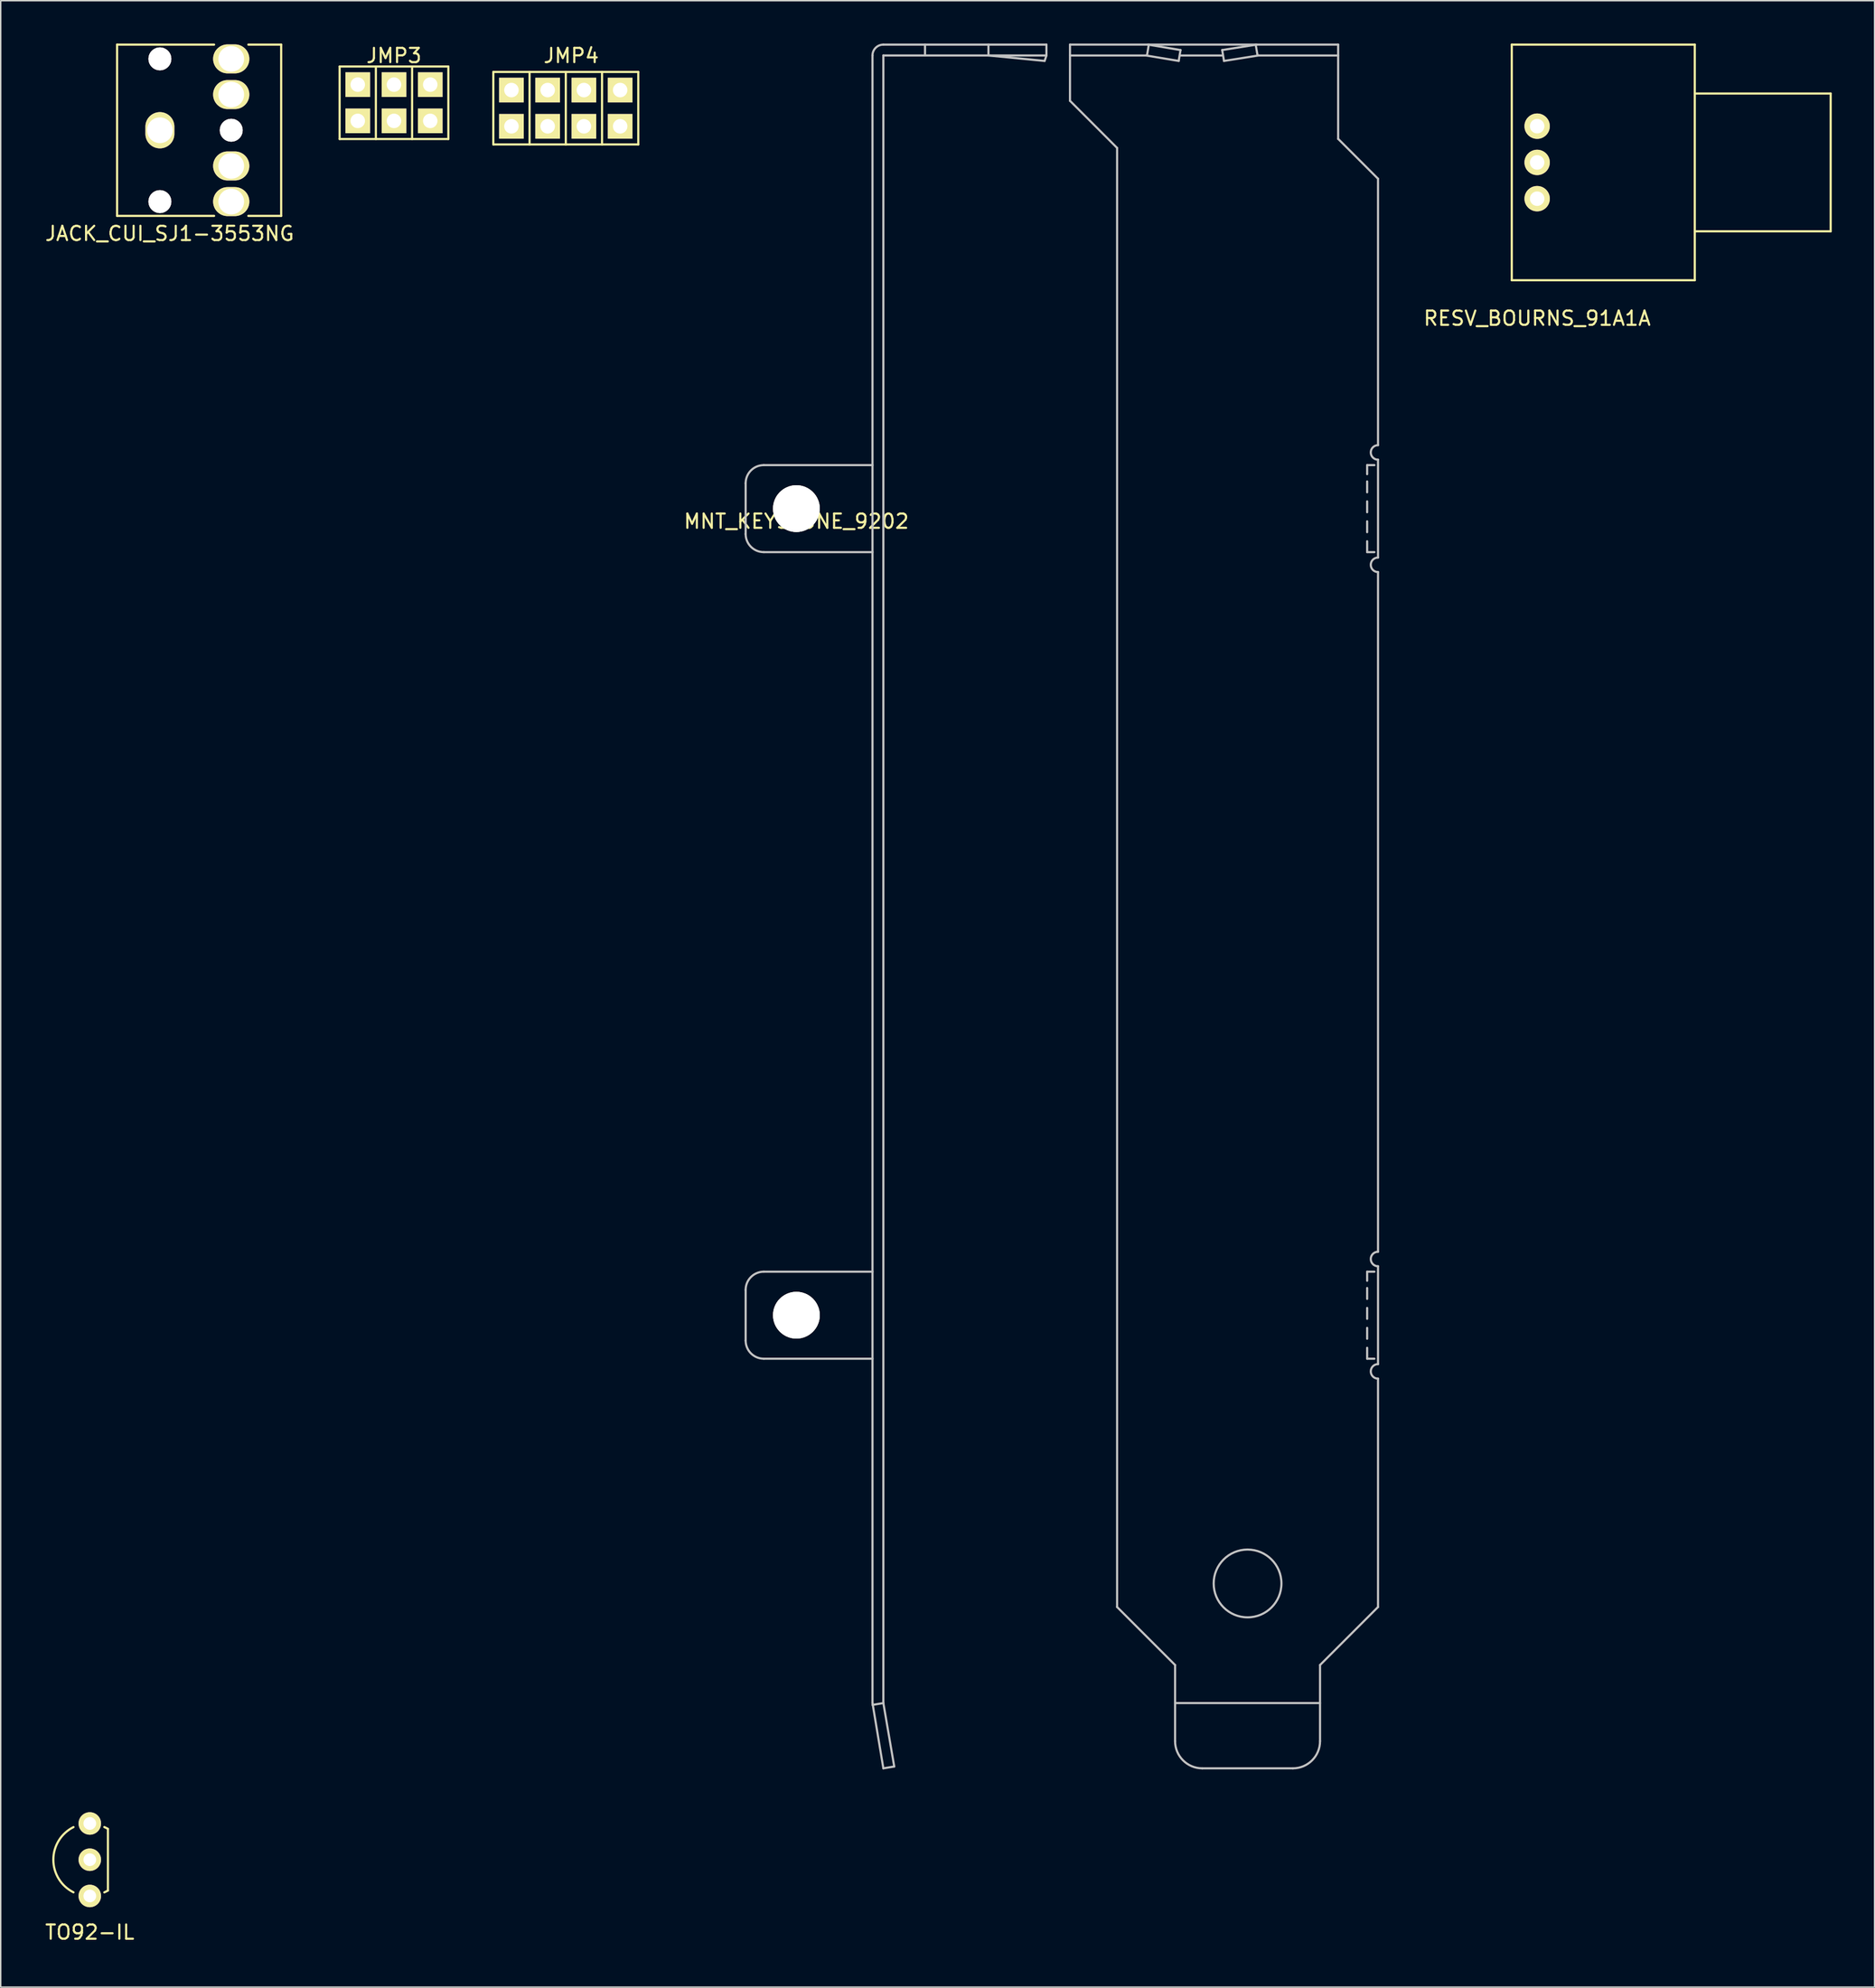
<source format=kicad_pcb>
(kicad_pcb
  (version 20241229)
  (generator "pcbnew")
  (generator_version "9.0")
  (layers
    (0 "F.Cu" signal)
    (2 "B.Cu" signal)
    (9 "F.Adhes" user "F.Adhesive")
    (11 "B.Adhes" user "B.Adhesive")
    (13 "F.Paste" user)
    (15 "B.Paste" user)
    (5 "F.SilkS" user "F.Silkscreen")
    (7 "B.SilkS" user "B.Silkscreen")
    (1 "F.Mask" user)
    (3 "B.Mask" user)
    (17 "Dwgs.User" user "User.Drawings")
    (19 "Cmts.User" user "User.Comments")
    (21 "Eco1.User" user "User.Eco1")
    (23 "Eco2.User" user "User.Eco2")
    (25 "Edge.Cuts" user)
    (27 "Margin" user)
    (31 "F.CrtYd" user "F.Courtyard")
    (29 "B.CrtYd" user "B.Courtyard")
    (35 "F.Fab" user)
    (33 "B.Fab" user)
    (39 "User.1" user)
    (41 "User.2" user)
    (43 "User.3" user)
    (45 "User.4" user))
  (footprint "TO92-IL"
    (layer "F.Cu")
    (at 3.244 129.796)
    (property "Reference" "TO92-IL" (at 0 2.54 0) (layer "F.SilkS") (effects (font (size 1 1) (thickness 0.15))))
    (attr through_hole)
    (fp_line (start 1.27 -4.699) (end 1.27 -0.381) (stroke (width 0.152) (type solid)) (layer "F.SilkS"))
    (fp_arc (start -1.143 -0.254) (mid -2.555826 -2.54) (end -1.143 -4.826) (stroke (width 0.1524) (type solid)) (layer "F.SilkS"))
    (fp_arc (start 1.017308 -4.828944) (mid 1.145498 -4.767558) (end 1.27 -4.699) (stroke (width 0.1524) (type solid)) (layer "F.SilkS"))
    (fp_arc (start 1.27 -0.381) (mid 1.145498 -0.312442) (end 1.017308 -0.251056) (stroke (width 0.1524) (type solid)) (layer "F.SilkS"))
    (pad "1" thru_hole circle (at 0 0) (size 1.575 1.575) (drill 0.889) (layers "*.Cu" "*.Mask" "F.SilkS"))
    (pad "2" thru_hole circle (at 0 -2.54) (size 1.575 1.575) (drill 0.889) (layers "*.Cu" "*.Mask" "F.SilkS"))
    (pad "3" thru_hole circle (at 0 -5.08) (size 1.575 1.575) (drill 0.889) (layers "*.Cu" "*.Mask" "F.SilkS")))
  (footprint "JACK_CUI_SJ1-3553NG"
    (layer "F.Cu")
    (at 13.157 6.076)
    (property "Reference" "JACK_CUI_SJ1-3553NG" (at -4.318 7.239 0) (layer "F.SilkS") (effects (font (size 1 1) (thickness 0.15))))
    (attr through_hole)
    (fp_line (start -8 -6) (end -8 6) (stroke (width 0.152) (type solid)) (layer "F.SilkS"))
    (fp_line (start -8 -6) (end -1.2 -6) (stroke (width 0.152) (type solid)) (layer "F.SilkS"))
    (fp_line (start -8 6) (end -1.2 6) (stroke (width 0.152) (type solid)) (layer "F.SilkS"))
    (fp_line (start 3.5 -6) (end 1.2 -6) (stroke (width 0.152) (type solid)) (layer "F.SilkS"))
    (fp_line (start 3.5 -6) (end 3.5 6) (stroke (width 0.152) (type solid)) (layer "F.SilkS"))
    (fp_line (start 3.5 6) (end 1.2 6) (stroke (width 0.152) (type solid)) (layer "F.SilkS"))
    (pad "0" thru_hole circle (at -5 -5) (size 1.6 1.6) (drill 1.6) (layers "*.Cu" "*.Mask" "F.SilkS"))
    (pad "0" thru_hole circle (at -5 5) (size 1.6 1.6) (drill 1.6) (layers "*.Cu" "*.Mask" "F.SilkS"))
    (pad "0" thru_hole circle (at 0 0) (size 1.6 1.6) (drill 1.6) (layers "*.Cu" "*.Mask" "F.SilkS"))
    (pad "1" thru_hole oval (at -5 0) (size 2.032 2.54) (drill 1.8) (layers "*.Cu" "*.Mask" "F.SilkS"))
    (pad "2" thru_hole oval (at 0 5) (size 2.54 2.032) (drill 1.8) (layers "*.Cu" "*.Mask" "F.SilkS"))
    (pad "3" thru_hole oval (at 0 -5) (size 2.54 2.032) (drill 1.8) (layers "*.Cu" "*.Mask" "F.SilkS"))
    (pad "4" thru_hole oval (at 0 2.5) (size 2.54 2.032) (drill 1.8) (layers "*.Cu" "*.Mask" "F.SilkS"))
    (pad "5" thru_hole oval (at 0 -2.5) (size 2.54 2.032) (drill 1.8) (layers "*.Cu" "*.Mask" "F.SilkS")))
  (footprint "RESV_BOURNS_91A1A"
    (layer "F.Cu")
    (at 104.689 8.331)
    (property "Reference" "RESV_BOURNS_91A1A" (at 0 10.922 0) (layer "F.SilkS") (effects (font (size 1 1) (thickness 0.15))))
    (attr through_hole)
    (fp_line (start -1.778 -8.255) (end -1.778 8.255) (stroke (width 0.152) (type solid)) (layer "F.SilkS"))
    (fp_line (start 11.049 -8.255) (end -1.778 -8.255) (stroke (width 0.152) (type solid)) (layer "F.SilkS"))
    (fp_line (start 11.049 -8.255) (end 11.049 8.255) (stroke (width 0.152) (type solid)) (layer "F.SilkS"))
    (fp_line (start 11.049 -4.826) (end 20.574 -4.826) (stroke (width 0.152) (type solid)) (layer "F.SilkS"))
    (fp_line (start 11.049 4.826) (end 20.574 4.826) (stroke (width 0.152) (type solid)) (layer "F.SilkS"))
    (fp_line (start 11.049 8.255) (end -1.778 8.255) (stroke (width 0.152) (type solid)) (layer "F.SilkS"))
    (fp_line (start 20.574 -4.826) (end 20.574 4.826) (stroke (width 0.152) (type solid)) (layer "F.SilkS"))
    (pad "1" thru_hole circle (at 0 2.54) (size 1.778 1.778) (drill 1.016) (layers "*.Cu" "*.Mask" "F.SilkS"))
    (pad "2" thru_hole circle (at 0 0) (size 1.778 1.778) (drill 1.016) (layers "*.Cu" "*.Mask" "F.SilkS"))
    (pad "3" thru_hole circle (at 0 -2.54) (size 1.778 1.778) (drill 1.016) (layers "*.Cu" "*.Mask" "F.SilkS")))
  (footprint "MNT_KEYSTONE_9202"
    (layer "F.Cu")
    (at 52.769 32.588)
    (property "Reference" "MNT_KEYSTONE_9202" (at 0 0.889 0) (layer "F.SilkS") (effects (font (size 1 1) (thickness 0.15))))
    (attr through_hole)
    (fp_line (start -3.556 -1.778) (end -3.556 1.778) (stroke (width 0.15) (type solid)) (layer "Dwgs.User"))
    (fp_line (start -3.556 54.737) (end -3.556 58.293) (stroke (width 0.15) (type solid)) (layer "Dwgs.User"))
    (fp_line (start -2.286 -3.048) (end 5.334 -3.048) (stroke (width 0.15) (type solid)) (layer "Dwgs.User"))
    (fp_line (start -2.286 3.048) (end 5.334 3.048) (stroke (width 0.15) (type solid)) (layer "Dwgs.User"))
    (fp_line (start -2.286 53.467) (end 5.334 53.467) (stroke (width 0.15) (type solid)) (layer "Dwgs.User"))
    (fp_line (start -2.286 59.563) (end 5.334 59.563) (stroke (width 0.15) (type solid)) (layer "Dwgs.User"))
    (fp_line (start 5.334 -31.75) (end 5.334 83.693) (stroke (width 0.152) (type solid)) (layer "Dwgs.User"))
    (fp_line (start 5.334 83.693) (end 6.096 88.265) (stroke (width 0.15) (type solid)) (layer "Dwgs.User"))
    (fp_line (start 6.096 -32.512) (end 17.526 -32.512) (stroke (width 0.152) (type solid)) (layer "Dwgs.User"))
    (fp_line (start 6.096 -31.75) (end 6.096 83.693) (stroke (width 0.152) (type solid)) (layer "Dwgs.User"))
    (fp_line (start 6.096 -31.75) (end 17.526 -31.75) (stroke (width 0.152) (type solid)) (layer "Dwgs.User"))
    (fp_line (start 6.096 83.693) (end 5.334 83.82) (stroke (width 0.15) (type solid)) (layer "Dwgs.User"))
    (fp_line (start 6.096 88.265) (end 6.858 88.138) (stroke (width 0.15) (type solid)) (layer "Dwgs.User"))
    (fp_line (start 6.858 88.138) (end 6.096 83.693) (stroke (width 0.15) (type solid)) (layer "Dwgs.User"))
    (fp_line (start 9.017 -32.512) (end 9.017 -31.75) (stroke (width 0.15) (type solid)) (layer "Dwgs.User"))
    (fp_line (start 13.462 -31.75) (end 13.462 -32.512) (stroke (width 0.15) (type solid)) (layer "Dwgs.User"))
    (fp_line (start 17.399 -31.369) (end 13.462 -31.75) (stroke (width 0.15) (type solid)) (layer "Dwgs.User"))
    (fp_line (start 17.526 -31.75) (end 17.399 -31.369) (stroke (width 0.15) (type solid)) (layer "Dwgs.User"))
    (fp_line (start 17.526 -31.75) (end 17.526 -32.512) (stroke (width 0.15) (type solid)) (layer "Dwgs.User"))
    (fp_line (start 19.177 -32.512) (end 19.177 -28.575) (stroke (width 0.15) (type solid)) (layer "Dwgs.User"))
    (fp_line (start 19.177 -32.512) (end 37.973 -32.512) (stroke (width 0.15) (type solid)) (layer "Dwgs.User"))
    (fp_line (start 19.177 -28.575) (end 22.479 -25.273) (stroke (width 0.15) (type solid)) (layer "Dwgs.User"))
    (fp_line (start 22.479 -25.273) (end 22.479 76.962) (stroke (width 0.15) (type solid)) (layer "Dwgs.User"))
    (fp_line (start 22.479 76.962) (end 26.543 81.026) (stroke (width 0.15) (type solid)) (layer "Dwgs.User"))
    (fp_line (start 24.511 -31.75) (end 19.177 -31.75) (stroke (width 0.15) (type solid)) (layer "Dwgs.User"))
    (fp_line (start 24.511 -31.75) (end 26.797 -31.369) (stroke (width 0.15) (type solid)) (layer "Dwgs.User"))
    (fp_line (start 24.575 -31.75) (end 24.701 -32.512) (stroke (width 0.15) (type solid)) (layer "Dwgs.User"))
    (fp_line (start 24.638 -32.512) (end 26.924 -32.131) (stroke (width 0.15) (type solid)) (layer "Dwgs.User"))
    (fp_line (start 26.543 83.693) (end 36.703 83.693) (stroke (width 0.15) (type solid)) (layer "Dwgs.User"))
    (fp_line (start 26.543 86.36) (end 26.543 81.026) (stroke (width 0.15) (type solid)) (layer "Dwgs.User"))
    (fp_line (start 26.797 -31.369) (end 26.924 -32.131) (stroke (width 0.15) (type solid)) (layer "Dwgs.User"))
    (fp_line (start 26.924 -31.75) (end 29.845 -31.75) (stroke (width 0.15) (type solid)) (layer "Dwgs.User"))
    (fp_line (start 28.448 88.265) (end 34.798 88.265) (stroke (width 0.15) (type solid)) (layer "Dwgs.User"))
    (fp_line (start 29.845 -32.131) (end 32.258 -32.512) (stroke (width 0.15) (type solid)) (layer "Dwgs.User"))
    (fp_line (start 29.972 -31.369) (end 29.845 -32.131) (stroke (width 0.15) (type solid)) (layer "Dwgs.User"))
    (fp_line (start 32.322 -31.75) (end 32.194 -32.512) (stroke (width 0.15) (type solid)) (layer "Dwgs.User"))
    (fp_line (start 32.385 -31.75) (end 29.972 -31.369) (stroke (width 0.15) (type solid)) (layer "Dwgs.User"))
    (fp_line (start 36.703 81.026) (end 40.767 76.962) (stroke (width 0.15) (type solid)) (layer "Dwgs.User"))
    (fp_line (start 36.703 86.36) (end 36.703 81.026) (stroke (width 0.15) (type solid)) (layer "Dwgs.User"))
    (fp_line (start 37.973 -32.512) (end 37.973 -25.908) (stroke (width 0.15) (type solid)) (layer "Dwgs.User"))
    (fp_line (start 37.973 -31.75) (end 32.385 -31.75) (stroke (width 0.15) (type solid)) (layer "Dwgs.User"))
    (fp_line (start 40.005 -3.048) (end 40.513 -3.048) (stroke (width 0.15) (type solid)) (layer "Dwgs.User"))
    (fp_line (start 40.005 -2.413) (end 40.005 -3.048) (stroke (width 0.15) (type solid)) (layer "Dwgs.User"))
    (fp_line (start 40.005 -1.143) (end 40.005 -1.905) (stroke (width 0.15) (type solid)) (layer "Dwgs.User"))
    (fp_line (start 40.005 0.254) (end 40.005 -0.508) (stroke (width 0.15) (type solid)) (layer "Dwgs.User"))
    (fp_line (start 40.005 1.651) (end 40.005 0.889) (stroke (width 0.15) (type solid)) (layer "Dwgs.User"))
    (fp_line (start 40.005 3.048) (end 40.005 2.286) (stroke (width 0.15) (type solid)) (layer "Dwgs.User"))
    (fp_line (start 40.005 53.467) (end 40.513 53.467) (stroke (width 0.15) (type solid)) (layer "Dwgs.User"))
    (fp_line (start 40.005 54.102) (end 40.005 53.467) (stroke (width 0.15) (type solid)) (layer "Dwgs.User"))
    (fp_line (start 40.005 55.372) (end 40.005 54.61) (stroke (width 0.15) (type solid)) (layer "Dwgs.User"))
    (fp_line (start 40.005 56.769) (end 40.005 56.007) (stroke (width 0.15) (type solid)) (layer "Dwgs.User"))
    (fp_line (start 40.005 58.166) (end 40.005 57.404) (stroke (width 0.15) (type solid)) (layer "Dwgs.User"))
    (fp_line (start 40.005 59.563) (end 40.005 58.801) (stroke (width 0.15) (type solid)) (layer "Dwgs.User"))
    (fp_line (start 40.513 3.048) (end 40.005 3.048) (stroke (width 0.15) (type solid)) (layer "Dwgs.User"))
    (fp_line (start 40.513 59.563) (end 40.005 59.563) (stroke (width 0.15) (type solid)) (layer "Dwgs.User"))
    (fp_line (start 40.767 -23.114) (end 37.973 -25.908) (stroke (width 0.15) (type solid)) (layer "Dwgs.User"))
    (fp_line (start 40.767 -23.114) (end 40.767 -4.445) (stroke (width 0.15) (type solid)) (layer "Dwgs.User"))
    (fp_line (start 40.767 3.429) (end 40.767 -3.429) (stroke (width 0.15) (type solid)) (layer "Dwgs.User"))
    (fp_line (start 40.767 4.445) (end 40.767 52.07) (stroke (width 0.15) (type solid)) (layer "Dwgs.User"))
    (fp_line (start 40.767 59.944) (end 40.767 53.086) (stroke (width 0.15) (type solid)) (layer "Dwgs.User"))
    (fp_line (start 40.767 60.96) (end 40.767 76.962) (stroke (width 0.15) (type solid)) (layer "Dwgs.User"))
    (fp_arc (start -3.556 -1.778) (mid -3.184809 -2.675241) (end -2.288217 -3.047998) (stroke (width 0.15) (type solid)) (layer "Dwgs.User"))
    (fp_arc (start -3.556 54.737) (mid -3.184809 53.839759) (end -2.288217 53.467002) (stroke (width 0.15) (type solid)) (layer "Dwgs.User"))
    (fp_arc (start -2.286 3.048) (mid -3.183241 2.676809) (end -3.555998 1.780217) (stroke (width 0.15) (type solid)) (layer "Dwgs.User"))
    (fp_arc (start -2.286 59.563) (mid -3.183241 59.191809) (end -3.555998 58.295217) (stroke (width 0.15) (type solid)) (layer "Dwgs.User"))
    (fp_arc (start 5.334 -31.75) (mid 5.556715 -32.288345) (end 6.09467 -32.511999) (stroke (width 0.15) (type solid)) (layer "Dwgs.User"))
    (fp_arc (start 28.448 88.265) (mid 27.100962 87.707038) (end 26.543 86.36) (stroke (width 0.15) (type solid)) (layer "Dwgs.User"))
    (fp_arc (start 36.703 86.36) (mid 36.145038 87.707038) (end 34.798 88.265) (stroke (width 0.15) (type solid)) (layer "Dwgs.User"))
    (fp_arc (start 40.767 -3.429) (mid 40.259 -3.937) (end 40.767 -4.445) (stroke (width 0.15) (type solid)) (layer "Dwgs.User"))
    (fp_arc (start 40.767 4.445) (mid 40.259 3.937) (end 40.767 3.429) (stroke (width 0.15) (type solid)) (layer "Dwgs.User"))
    (fp_arc (start 40.767 53.086) (mid 40.259 52.578) (end 40.767 52.07) (stroke (width 0.15) (type solid)) (layer "Dwgs.User"))
    (fp_arc (start 40.767 60.96) (mid 40.259 60.452) (end 40.767 59.944) (stroke (width 0.15) (type solid)) (layer "Dwgs.User"))
    (fp_circle (center 31.623 75.311) (end 33.998 75.311) (stroke (width 0.15) (type solid)) (fill no) (layer "Dwgs.User"))
    (pad "1" thru_hole circle (at 0 0) (size 3.277 3.277) (drill 3.277) (layers "*.Cu" "*.Mask" "F.SilkS"))
    (pad "1" thru_hole circle (at 0 56.515) (size 3.277 3.277) (drill 3.277) (layers "*.Cu" "*.Mask" "F.SilkS")))
  (footprint "JMP4"
    (layer "F.Cu")
    (at 36.607 4.531)
    (property "Reference" "JMP4" (at 0.381 -3.683 0) (layer "F.SilkS") (effects (font (size 1 1) (thickness 0.15))))
    (attr through_hole)
    (fp_line (start -5.08 -2.54) (end 5.08 -2.54) (stroke (width 0.152) (type solid)) (layer "F.SilkS"))
    (fp_line (start -5.08 2.54) (end -5.08 -2.54) (stroke (width 0.152) (type solid)) (layer "F.SilkS"))
    (fp_line (start -2.54 -2.54) (end -2.54 2.54) (stroke (width 0.152) (type solid)) (layer "F.SilkS"))
    (fp_line (start 0 -2.54) (end 0 2.54) (stroke (width 0.152) (type solid)) (layer "F.SilkS"))
    (fp_line (start 2.54 -2.54) (end 2.54 2.54) (stroke (width 0.152) (type solid)) (layer "F.SilkS"))
    (fp_line (start 5.08 -2.54) (end 5.08 2.54) (stroke (width 0.152) (type solid)) (layer "F.SilkS"))
    (fp_line (start 5.08 2.54) (end -5.08 2.54) (stroke (width 0.152) (type solid)) (layer "F.SilkS"))
    (pad "1" thru_hole rect (at -3.81 1.27) (size 1.727 1.727) (drill 1.016) (layers "*.Cu" "*.Mask" "F.SilkS"))
    (pad "2" thru_hole rect (at -3.81 -1.27) (size 1.727 1.727) (drill 1.016) (layers "*.Cu" "*.Mask" "F.SilkS"))
    (pad "3" thru_hole rect (at -1.27 1.27) (size 1.727 1.727) (drill 1.016) (layers "*.Cu" "*.Mask" "F.SilkS"))
    (pad "4" thru_hole rect (at -1.27 -1.27) (size 1.727 1.727) (drill 1.016) (layers "*.Cu" "*.Mask" "F.SilkS"))
    (pad "5" thru_hole rect (at 1.27 1.27) (size 1.727 1.727) (drill 1.016) (layers "*.Cu" "*.Mask" "F.SilkS"))
    (pad "6" thru_hole rect (at 1.27 -1.27) (size 1.727 1.727) (drill 1.016) (layers "*.Cu" "*.Mask" "F.SilkS"))
    (pad "7" thru_hole rect (at 3.81 1.27) (size 1.727 1.727) (drill 1.016) (layers "*.Cu" "*.Mask" "F.SilkS"))
    (pad "8" thru_hole rect (at 3.81 -1.27) (size 1.727 1.727) (drill 1.016) (layers "*.Cu" "*.Mask" "F.SilkS")))
  (footprint "JMP3"
    (layer "F.Cu")
    (at 24.565 4.15)
    (property "Reference" "JMP3" (at 0 -3.302 0) (layer "F.SilkS") (effects (font (size 1 1) (thickness 0.15))))
    (attr through_hole)
    (fp_line (start -3.81 -2.54) (end 3.81 -2.54) (stroke (width 0.152) (type solid)) (layer "F.SilkS"))
    (fp_line (start -3.81 2.54) (end -3.81 -2.54) (stroke (width 0.152) (type solid)) (layer "F.SilkS"))
    (fp_line (start -1.27 -2.54) (end -1.27 2.54) (stroke (width 0.152) (type solid)) (layer "F.SilkS"))
    (fp_line (start 1.27 -2.54) (end 1.27 2.54) (stroke (width 0.152) (type solid)) (layer "F.SilkS"))
    (fp_line (start 3.81 -2.54) (end 3.81 2.54) (stroke (width 0.152) (type solid)) (layer "F.SilkS"))
    (fp_line (start 3.81 2.54) (end -3.81 2.54) (stroke (width 0.152) (type solid)) (layer "F.SilkS"))
    (pad "1" thru_hole rect (at -2.54 1.27) (size 1.727 1.727) (drill 1.016) (layers "*.Cu" "*.Mask" "F.SilkS"))
    (pad "2" thru_hole rect (at -2.54 -1.27) (size 1.727 1.727) (drill 1.016) (layers "*.Cu" "*.Mask" "F.SilkS"))
    (pad "3" thru_hole rect (at 0 1.27) (size 1.727 1.727) (drill 1.016) (layers "*.Cu" "*.Mask" "F.SilkS"))
    (pad "4" thru_hole rect (at 0 -1.27) (size 1.727 1.727) (drill 1.016) (layers "*.Cu" "*.Mask" "F.SilkS"))
    (pad "5" thru_hole rect (at 2.54 1.27) (size 1.727 1.727) (drill 1.016) (layers "*.Cu" "*.Mask" "F.SilkS"))
    (pad "6" thru_hole rect (at 2.54 -1.27) (size 1.727 1.727) (drill 1.016) (layers "*.Cu" "*.Mask" "F.SilkS")))
  (gr_rect
    (start -3 -3)
    (end 128.339 136.184)
    (stroke (width 0.1) (type default))
    (fill no)
    (layer "Edge.Cuts")))
</source>
